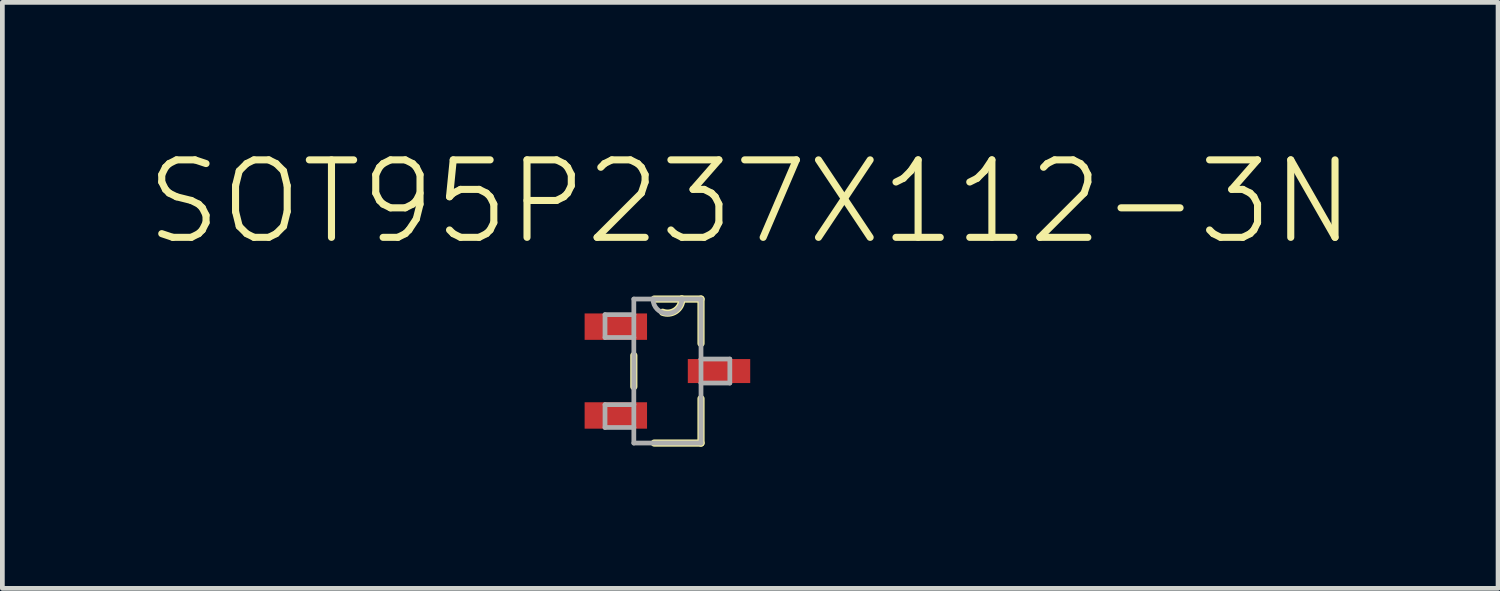
<source format=kicad_pcb>
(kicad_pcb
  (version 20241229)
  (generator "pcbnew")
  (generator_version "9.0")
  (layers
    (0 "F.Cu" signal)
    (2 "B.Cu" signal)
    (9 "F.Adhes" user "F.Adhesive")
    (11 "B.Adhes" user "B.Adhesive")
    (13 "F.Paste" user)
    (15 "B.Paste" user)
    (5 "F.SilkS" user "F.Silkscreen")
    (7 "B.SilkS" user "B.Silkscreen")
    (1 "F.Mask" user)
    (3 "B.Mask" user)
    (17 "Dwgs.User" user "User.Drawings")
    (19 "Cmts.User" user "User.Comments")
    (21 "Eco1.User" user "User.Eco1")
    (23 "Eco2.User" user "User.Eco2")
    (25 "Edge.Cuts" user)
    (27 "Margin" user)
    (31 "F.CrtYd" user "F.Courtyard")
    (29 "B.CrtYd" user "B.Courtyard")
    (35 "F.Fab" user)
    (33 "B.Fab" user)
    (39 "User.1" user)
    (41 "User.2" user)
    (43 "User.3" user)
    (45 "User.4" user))
  (footprint "SOT95P237X112-3N"
    (layer "F.Cu")
    (at 11.077 4.804)
    (property "Reference" "SOT95P237X112-3N" (at 1.753 -3.581 0) (layer "F.SilkS") (effects (font (size 1.64 1.64) (thickness 0.15))))
    (attr smd)
    (fp_line (start -0.711 -0.33) (end -0.711 0.33) (stroke (width 0.152) (type solid)) (layer "F.SilkS"))
    (fp_line (start -0.279 1.524) (end 0.711 1.524) (stroke (width 0.152) (type solid)) (layer "F.SilkS"))
    (fp_line (start 0.305 -1.524) (end -0.279 -1.524) (stroke (width 0.152) (type solid)) (layer "F.SilkS"))
    (fp_line (start 0.711 -1.524) (end 0.305 -1.524) (stroke (width 0.152) (type solid)) (layer "F.SilkS"))
    (fp_line (start 0.711 -0.584) (end 0.711 -1.524) (stroke (width 0.152) (type solid)) (layer "F.SilkS"))
    (fp_line (start 0.711 1.524) (end 0.711 0.584) (stroke (width 0.152) (type solid)) (layer "F.SilkS"))
    (fp_arc (start 0.3048 -1.524) (mid 0.174323 -1.278521) (end -0.1016 -1.2446) (stroke (width 0.1524) (type solid)) (layer "F.SilkS"))
    (fp_line (start -1.321 -1.194) (end -1.321 -0.711) (stroke (width 0.1) (type solid)) (layer "F.Fab"))
    (fp_line (start -1.321 -0.711) (end -0.711 -0.711) (stroke (width 0.1) (type solid)) (layer "F.Fab"))
    (fp_line (start -1.321 0.711) (end -1.321 1.194) (stroke (width 0.1) (type solid)) (layer "F.Fab"))
    (fp_line (start -1.321 1.194) (end -0.711 1.194) (stroke (width 0.1) (type solid)) (layer "F.Fab"))
    (fp_line (start -0.711 -1.524) (end -0.711 -1.194) (stroke (width 0.1) (type solid)) (layer "F.Fab"))
    (fp_line (start -0.711 -1.194) (end -1.321 -1.194) (stroke (width 0.1) (type solid)) (layer "F.Fab"))
    (fp_line (start -0.711 -1.194) (end -0.711 -0.711) (stroke (width 0.1) (type solid)) (layer "F.Fab"))
    (fp_line (start -0.711 -0.711) (end -0.711 0.711) (stroke (width 0.1) (type solid)) (layer "F.Fab"))
    (fp_line (start -0.711 0.711) (end -1.321 0.711) (stroke (width 0.1) (type solid)) (layer "F.Fab"))
    (fp_line (start -0.711 1.194) (end -0.711 0.711) (stroke (width 0.1) (type solid)) (layer "F.Fab"))
    (fp_line (start -0.711 1.524) (end -0.711 1.194) (stroke (width 0.1) (type solid)) (layer "F.Fab"))
    (fp_line (start -0.711 1.524) (end 0.711 1.524) (stroke (width 0.1) (type solid)) (layer "F.Fab"))
    (fp_line (start -0.305 -1.524) (end -0.711 -1.524) (stroke (width 0.1) (type solid)) (layer "F.Fab"))
    (fp_line (start 0.305 -1.524) (end -0.305 -1.524) (stroke (width 0.1) (type solid)) (layer "F.Fab"))
    (fp_line (start 0.711 -1.524) (end 0.305 -1.524) (stroke (width 0.1) (type solid)) (layer "F.Fab"))
    (fp_line (start 0.711 -0.254) (end 0.711 -1.524) (stroke (width 0.1) (type solid)) (layer "F.Fab"))
    (fp_line (start 0.711 0.254) (end 0.711 -0.254) (stroke (width 0.1) (type solid)) (layer "F.Fab"))
    (fp_line (start 0.711 0.254) (end 1.321 0.254) (stroke (width 0.1) (type solid)) (layer "F.Fab"))
    (fp_line (start 0.711 1.524) (end 0.711 0.254) (stroke (width 0.1) (type solid)) (layer "F.Fab"))
    (fp_line (start 1.321 -0.254) (end 0.711 -0.254) (stroke (width 0.1) (type solid)) (layer "F.Fab"))
    (fp_line (start 1.321 0.254) (end 1.321 -0.254) (stroke (width 0.1) (type solid)) (layer "F.Fab"))
    (fp_arc (start 0.3048 -1.524) (mid 0 -1.2192) (end -0.3048 -1.524) (stroke (width 0.1) (type solid)) (layer "F.Fab"))
    (pad "1" smd rect (at -1.092 -0.94) (size 1.321 0.559) (layers "F.Cu" "F.Mask" "F.Paste"))
    (pad "2" smd rect (at -1.092 0.94) (size 1.321 0.559) (layers "F.Cu" "F.Mask" "F.Paste"))
    (pad "3" smd rect (at 1.092 0) (size 1.321 0.508) (layers "F.Cu" "F.Mask" "F.Paste")))
  (gr_rect
    (start -3 -3)
    (end 28.659 9.404)
    (stroke (width 0.1) (type default))
    (fill no)
    (layer "Edge.Cuts")))
</source>
